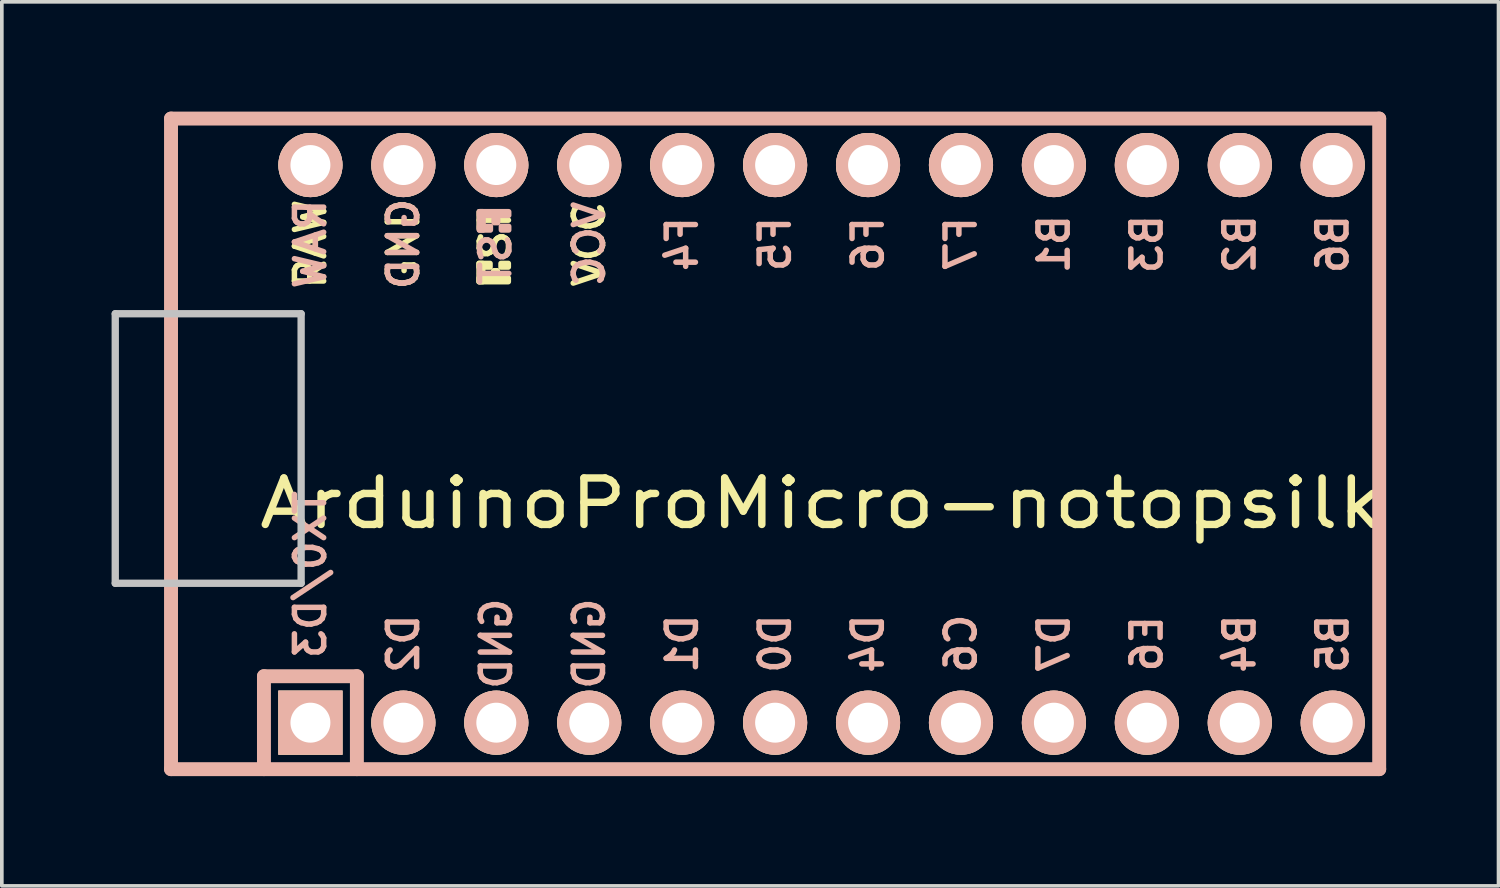
<source format=kicad_pcb>
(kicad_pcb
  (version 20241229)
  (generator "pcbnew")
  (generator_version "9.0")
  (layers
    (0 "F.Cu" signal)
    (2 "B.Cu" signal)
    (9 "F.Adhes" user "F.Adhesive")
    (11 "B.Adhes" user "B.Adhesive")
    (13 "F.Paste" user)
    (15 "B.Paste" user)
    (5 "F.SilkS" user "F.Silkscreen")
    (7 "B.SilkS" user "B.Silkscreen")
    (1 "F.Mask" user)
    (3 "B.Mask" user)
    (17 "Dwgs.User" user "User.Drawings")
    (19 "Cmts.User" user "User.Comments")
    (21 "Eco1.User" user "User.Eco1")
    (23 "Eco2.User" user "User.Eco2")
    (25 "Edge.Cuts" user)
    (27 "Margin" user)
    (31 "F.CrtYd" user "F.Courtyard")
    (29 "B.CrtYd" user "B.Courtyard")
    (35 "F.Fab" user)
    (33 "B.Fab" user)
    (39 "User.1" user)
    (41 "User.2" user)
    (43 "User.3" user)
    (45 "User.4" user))
  (footprint "ArduinoProMicro-notopsilk"
    (layer "F.Cu")
    (at 19.404 9.081)
    (property "Reference" "ArduinoProMicro-notopsilk" (at 0 1.625 180) (layer "F.SilkS") (effects (font (size 1.27 1.524) (thickness 0.203))))
    (attr through_hole)
    (fp_poly (pts (xy -9.361 -4.932) (xy -9.261 -4.932) (xy -9.261 -4.432) (xy -9.361 -4.432)) (stroke (width 0.15) (type solid)) (fill yes) (layer "F.SilkS"))
    (fp_poly (pts (xy -9.361 -4.932) (xy -9.061 -4.932) (xy -9.061 -4.832) (xy -9.361 -4.832)) (stroke (width 0.15) (type solid)) (fill yes) (layer "F.SilkS"))
    (fp_poly (pts (xy -9.361 -4.532) (xy -8.561 -4.532) (xy -8.561 -4.432) (xy -9.361 -4.432)) (stroke (width 0.15) (type solid)) (fill yes) (layer "F.SilkS"))
    (fp_poly (pts (xy -8.961 -4.732) (xy -8.861 -4.732) (xy -8.861 -4.632) (xy -8.961 -4.632)) (stroke (width 0.15) (type solid)) (fill yes) (layer "F.SilkS"))
    (fp_poly (pts (xy -8.761 -4.932) (xy -8.561 -4.932) (xy -8.561 -4.832) (xy -8.761 -4.832)) (stroke (width 0.15) (type solid)) (fill yes) (layer "F.SilkS"))
    (fp_line (start -17.78 -8.89) (end -17.78 8.89) (stroke (width 0.381) (type solid)) (layer "B.SilkS"))
    (fp_line (start -17.78 8.89) (end 15.24 8.89) (stroke (width 0.381) (type solid)) (layer "B.SilkS"))
    (fp_line (start -15.24 6.35) (end -15.24 8.89) (stroke (width 0.381) (type solid)) (layer "B.SilkS"))
    (fp_line (start -15.24 6.35) (end -12.7 6.35) (stroke (width 0.381) (type solid)) (layer "B.SilkS"))
    (fp_line (start -12.7 6.35) (end -12.7 8.89) (stroke (width 0.381) (type solid)) (layer "B.SilkS"))
    (fp_line (start 15.24 -8.89) (end -17.78 -8.89) (stroke (width 0.381) (type solid)) (layer "B.SilkS"))
    (fp_line (start 15.24 8.89) (end 15.24 -8.89) (stroke (width 0.381) (type solid)) (layer "B.SilkS"))
    (fp_poly (pts (xy -9.351 -6.245) (xy -8.551 -6.245) (xy -8.551 -6.345) (xy -9.351 -6.345)) (stroke (width 0.15) (type solid)) (fill yes) (layer "B.SilkS"))
    (fp_poly (pts (xy -9.351 -5.845) (xy -9.251 -5.845) (xy -9.251 -6.345) (xy -9.351 -6.345)) (stroke (width 0.15) (type solid)) (fill yes) (layer "B.SilkS"))
    (fp_poly (pts (xy -9.351 -5.845) (xy -9.051 -5.845) (xy -9.051 -5.945) (xy -9.351 -5.945)) (stroke (width 0.15) (type solid)) (fill yes) (layer "B.SilkS"))
    (fp_poly (pts (xy -8.951 -6.045) (xy -8.851 -6.045) (xy -8.851 -6.145) (xy -8.951 -6.145)) (stroke (width 0.15) (type solid)) (fill yes) (layer "B.SilkS"))
    (fp_poly (pts (xy -8.751 -5.845) (xy -8.551 -5.845) (xy -8.551 -5.945) (xy -8.751 -5.945)) (stroke (width 0.15) (type solid)) (fill yes) (layer "B.SilkS"))
    (fp_line (start -19.304 -3.556) (end -14.224 -3.556) (stroke (width 0.2) (type solid)) (layer "Dwgs.User"))
    (fp_line (start -19.304 3.81) (end -19.304 -3.556) (stroke (width 0.2) (type solid)) (layer "Dwgs.User"))
    (fp_line (start -14.224 -3.556) (end -14.224 3.81) (stroke (width 0.2) (type solid)) (layer "Dwgs.User"))
    (fp_line (start -14.224 3.81) (end -19.304 3.81) (stroke (width 0.2) (type solid)) (layer "Dwgs.User"))
    (fp_text user "VCC" (at -6.35 -5.461 90) (layer "F.SilkS") (effects (font (size 0.8 0.8) (thickness 0.15))))
    (fp_text user "RAW" (at -13.97 -5.461 90) (layer "F.SilkS") (effects (font (size 0.8 0.8) (thickness 0.15))))
    (fp_text user "GND" (at -11.43 -5.461 90) (layer "F.SilkS") (effects (font (size 0.8 0.8) (thickness 0.15))))
    (fp_text user "ST" (at -8.92 -5.733 90) (layer "F.SilkS") (effects (font (size 0.8 0.8) (thickness 0.15))))
    (fp_text user "D1" (at -3.81 5.461 90) (layer "B.SilkS") (effects (font (size 0.8 0.8) (thickness 0.15)) (justify mirror)))
    (fp_text user "B5" (at 13.97 5.461 90) (layer "B.SilkS") (effects (font (size 0.8 0.8) (thickness 0.15)) (justify mirror)))
    (fp_text user "F6" (at 1.27 -5.461 90) (layer "B.SilkS") (effects (font (size 0.8 0.8) (thickness 0.15)) (justify mirror)))
    (fp_text user "B6" (at 13.97 -5.461 90) (layer "B.SilkS") (effects (font (size 0.8 0.8) (thickness 0.15)) (justify mirror)))
    (fp_text user "GND" (at -6.35 5.461 90) (layer "B.SilkS") (effects (font (size 0.8 0.8) (thickness 0.15)) (justify mirror)))
    (fp_text user "GND" (at -8.89 5.461 90) (layer "B.SilkS") (effects (font (size 0.8 0.8) (thickness 0.15)) (justify mirror)))
    (fp_text user "TX0/D3" (at -13.97 3.572 90) (layer "B.SilkS") (effects (font (size 0.8 0.8) (thickness 0.15)) (justify mirror)))
    (fp_text user "C6" (at 3.81 5.461 90) (layer "B.SilkS") (effects (font (size 0.8 0.8) (thickness 0.15)) (justify mirror)))
    (fp_text user "D0" (at -1.27 5.461 90) (layer "B.SilkS") (effects (font (size 0.8 0.8) (thickness 0.15)) (justify mirror)))
    (fp_text user "VCC" (at -6.35 -5.461 90) (layer "B.SilkS") (effects (font (size 0.8 0.8) (thickness 0.15)) (justify mirror)))
    (fp_text user "E6" (at 8.89 5.461 90) (layer "B.SilkS") (effects (font (size 0.8 0.8) (thickness 0.15)) (justify mirror)))
    (fp_text user "F4" (at -3.81 -5.461 90) (layer "B.SilkS") (effects (font (size 0.8 0.8) (thickness 0.15)) (justify mirror)))
    (fp_text user "D2" (at -11.43 5.461 90) (layer "B.SilkS") (effects (font (size 0.8 0.8) (thickness 0.15)) (justify mirror)))
    (fp_text user "F7" (at 3.81 -5.461 90) (layer "B.SilkS") (effects (font (size 0.8 0.8) (thickness 0.15)) (justify mirror)))
    (fp_text user "B4" (at 11.43 5.461 90) (layer "B.SilkS") (effects (font (size 0.8 0.8) (thickness 0.15)) (justify mirror)))
    (fp_text user "GND" (at -11.43 -5.461 90) (layer "B.SilkS") (effects (font (size 0.8 0.8) (thickness 0.15)) (justify mirror)))
    (fp_text user "B3" (at 8.89 -5.461 90) (layer "B.SilkS") (effects (font (size 0.8 0.8) (thickness 0.15)) (justify mirror)))
    (fp_text user "F5" (at -1.27 -5.461 90) (layer "B.SilkS") (effects (font (size 0.8 0.8) (thickness 0.15)) (justify mirror)))
    (fp_text user "ST" (at -8.91 -5.04 90) (layer "B.SilkS") (effects (font (size 0.8 0.8) (thickness 0.15)) (justify mirror)))
    (fp_text user "D7" (at 6.35 5.461 90) (layer "B.SilkS") (effects (font (size 0.8 0.8) (thickness 0.15)) (justify mirror)))
    (fp_text user "B2" (at 11.43 -5.461 90) (layer "B.SilkS") (effects (font (size 0.8 0.8) (thickness 0.15)) (justify mirror)))
    (fp_text user "D4" (at 1.27 5.461 90) (layer "B.SilkS") (effects (font (size 0.8 0.8) (thickness 0.15)) (justify mirror)))
    (fp_text user "B1" (at 6.35 -5.461 90) (layer "B.SilkS") (effects (font (size 0.8 0.8) (thickness 0.15)) (justify mirror)))
    (fp_text user "RAW" (at -13.97 -5.461 90) (layer "B.SilkS") (effects (font (size 0.8 0.8) (thickness 0.15)) (justify mirror)))
    (pad "1" thru_hole rect (at -13.97 7.62) (size 1.753 1.753) (drill 1.092) (layers "*.Cu" "*.SilkS" "*.Mask"))
    (pad "2" thru_hole circle (at -11.43 7.62) (size 1.753 1.753) (drill 1.092) (layers "*.Cu" "*.SilkS" "*.Mask"))
    (pad "3" thru_hole circle (at -8.89 7.62) (size 1.753 1.753) (drill 1.092) (layers "*.Cu" "*.SilkS" "*.Mask"))
    (pad "4" thru_hole circle (at -6.35 7.62) (size 1.753 1.753) (drill 1.092) (layers "*.Cu" "*.SilkS" "*.Mask"))
    (pad "5" thru_hole circle (at -3.81 7.62) (size 1.753 1.753) (drill 1.092) (layers "*.Cu" "*.SilkS" "*.Mask"))
    (pad "6" thru_hole circle (at -1.27 7.62) (size 1.753 1.753) (drill 1.092) (layers "*.Cu" "*.SilkS" "*.Mask"))
    (pad "7" thru_hole circle (at 1.27 7.62) (size 1.753 1.753) (drill 1.092) (layers "*.Cu" "*.SilkS" "*.Mask"))
    (pad "8" thru_hole circle (at 3.81 7.62) (size 1.753 1.753) (drill 1.092) (layers "*.Cu" "*.SilkS" "*.Mask"))
    (pad "9" thru_hole circle (at 6.35 7.62) (size 1.753 1.753) (drill 1.092) (layers "*.Cu" "*.SilkS" "*.Mask"))
    (pad "10" thru_hole circle (at 8.89 7.62) (size 1.753 1.753) (drill 1.092) (layers "*.Cu" "*.SilkS" "*.Mask"))
    (pad "11" thru_hole circle (at 11.43 7.62) (size 1.753 1.753) (drill 1.092) (layers "*.Cu" "*.SilkS" "*.Mask"))
    (pad "12" thru_hole circle (at 13.97 7.62) (size 1.753 1.753) (drill 1.092) (layers "*.Cu" "*.SilkS" "*.Mask"))
    (pad "13" thru_hole circle (at 13.97 -7.62) (size 1.753 1.753) (drill 1.092) (layers "*.Cu" "*.SilkS" "*.Mask"))
    (pad "14" thru_hole circle (at 11.43 -7.62) (size 1.753 1.753) (drill 1.092) (layers "*.Cu" "*.SilkS" "*.Mask"))
    (pad "15" thru_hole circle (at 8.89 -7.62) (size 1.753 1.753) (drill 1.092) (layers "*.Cu" "*.SilkS" "*.Mask"))
    (pad "16" thru_hole circle (at 6.35 -7.62) (size 1.753 1.753) (drill 1.092) (layers "*.Cu" "*.SilkS" "*.Mask"))
    (pad "17" thru_hole circle (at 3.81 -7.62) (size 1.753 1.753) (drill 1.092) (layers "*.Cu" "*.SilkS" "*.Mask"))
    (pad "18" thru_hole circle (at 1.27 -7.62) (size 1.753 1.753) (drill 1.092) (layers "*.Cu" "*.SilkS" "*.Mask"))
    (pad "19" thru_hole circle (at -1.27 -7.62) (size 1.753 1.753) (drill 1.092) (layers "*.Cu" "*.SilkS" "*.Mask"))
    (pad "20" thru_hole circle (at -3.81 -7.62) (size 1.753 1.753) (drill 1.092) (layers "*.Cu" "*.SilkS" "*.Mask"))
    (pad "21" thru_hole circle (at -6.35 -7.62) (size 1.753 1.753) (drill 1.092) (layers "*.Cu" "*.SilkS" "*.Mask"))
    (pad "22" thru_hole circle (at -8.89 -7.62) (size 1.753 1.753) (drill 1.092) (layers "*.Cu" "*.SilkS" "*.Mask"))
    (pad "23" thru_hole circle (at -11.43 -7.62) (size 1.753 1.753) (drill 1.092) (layers "*.Cu" "*.SilkS" "*.Mask"))
    (pad "24" thru_hole circle (at -13.97 -7.62) (size 1.753 1.753) (drill 1.092) (layers "*.Cu" "*.SilkS" "*.Mask")))
  (gr_rect
    (start -3 -3)
    (end 37.905 21.161)
    (stroke (width 0.1) (type default))
    (fill no)
    (layer "Edge.Cuts")))
</source>
